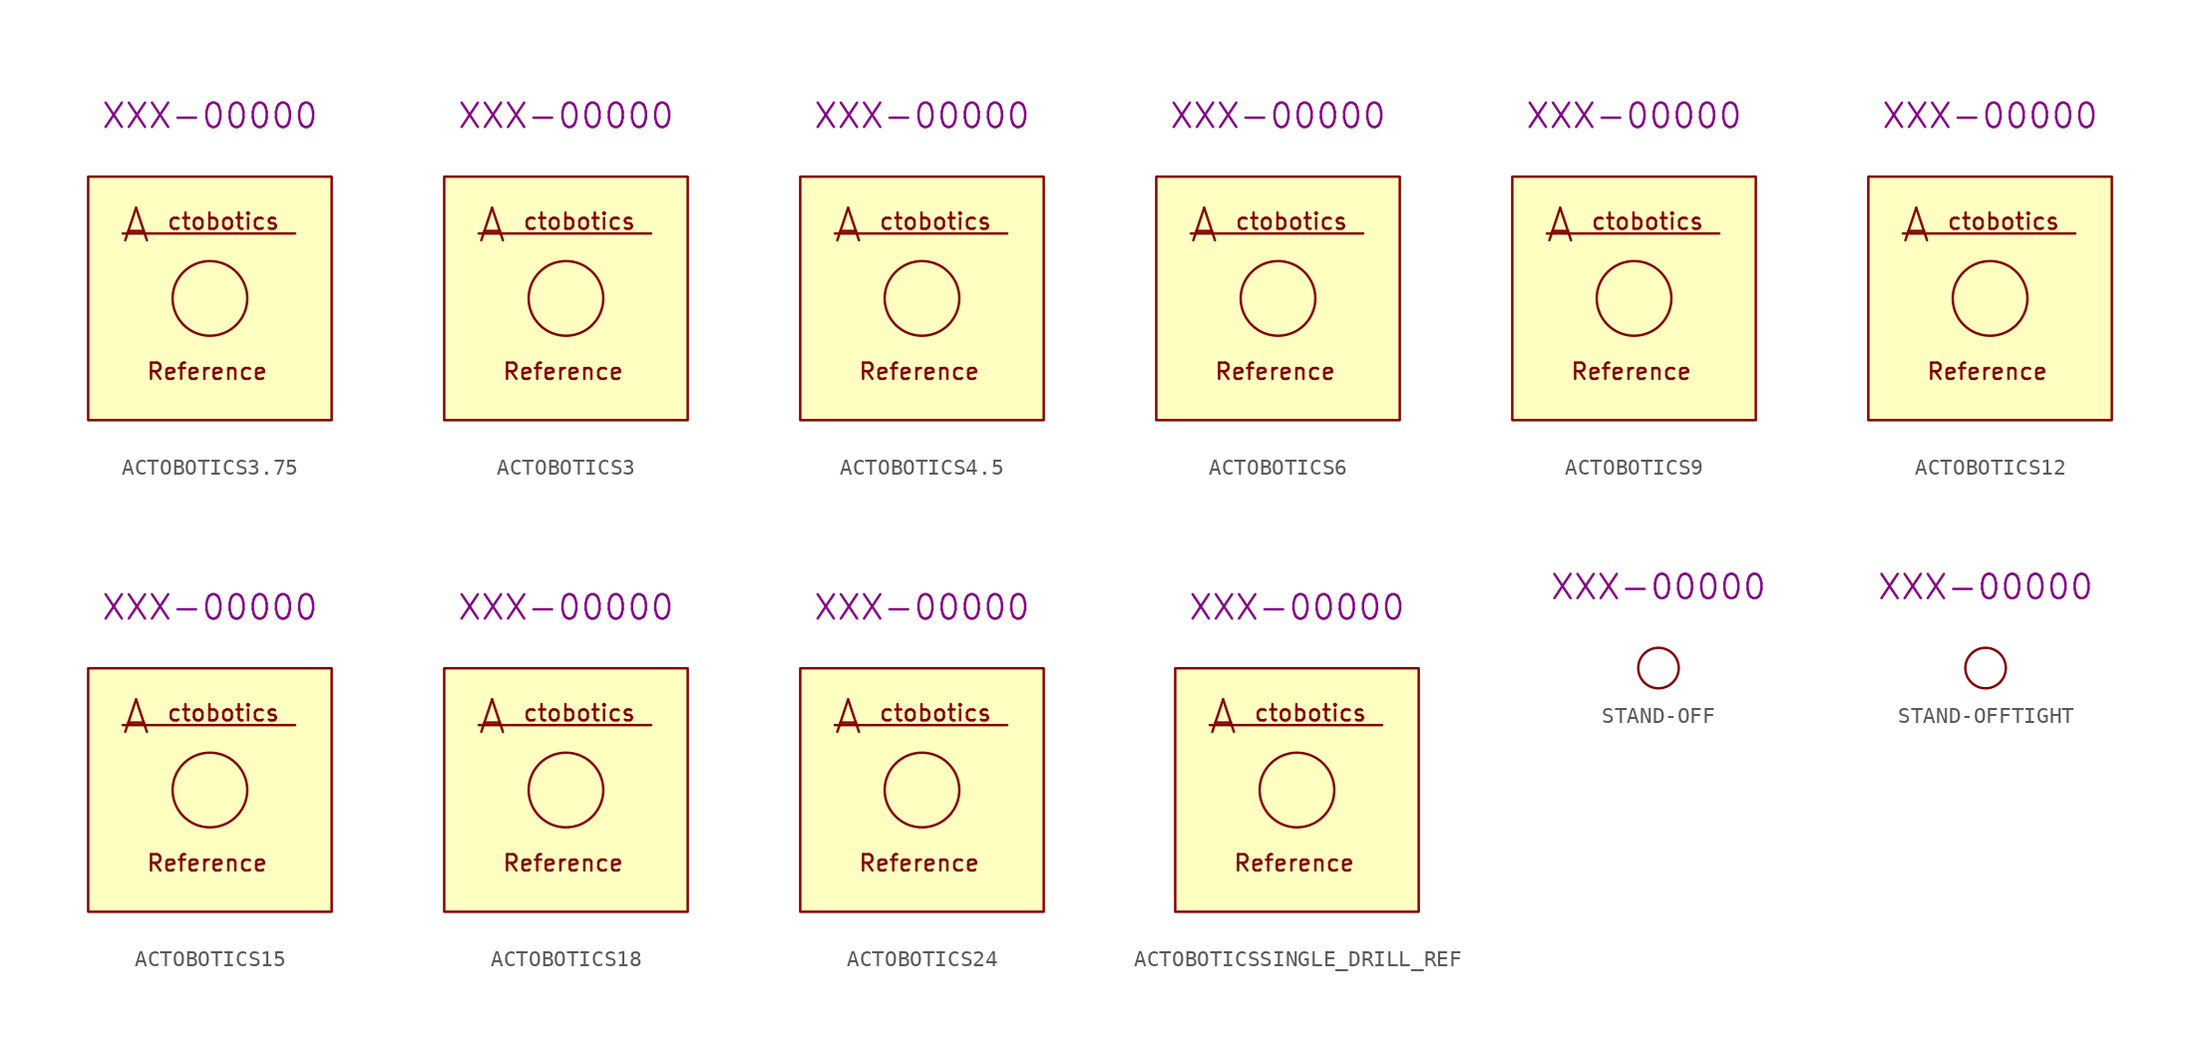
<source format=kicad_sym>
(kicad_symbol_lib
  (version 20220914)
  (generator kicad_symbol_editor)
  (symbol "ACTOBOTICS3.75"
    (pin_numbers hide)
    (pin_names
      (offset 1.016) hide)
    (property "Reference" "H"
      (at 0 8.89 0)
      (effects (font (size 1.143 1.143)) hide))
    (property "Field4" "XXX-00000"
      (at 0 11.43 0)
      (effects (font (size 1.524 1.524))))
    (property "ki_locked" ""
      (at 0 0 0)
      (effects (font (size 1.27 1.27))))
    (symbol "ACTOBOTICS3.75_1_0"
      (polyline (pts (xy -5.461 4.064) (xy 5.334 4.064)) (stroke (width 0) (type solid)) (fill (type none)))
      (text "A" (at -4.623 4.572 0) (effects (font (size 2.032 2.032))))
      (text "ctobotics" (at 0.838 4.826 0) (effects (font (size 1.016 1.016))))
      (text "Reference" (at -0.178 -4.572 0) (effects (font (size 1.016 1.016)))))
    (symbol "ACTOBOTICS3.75_1_1"
      (polyline (pts (xy -7.62 -7.62) (xy 7.62 -7.62) (xy 7.62 7.62) (xy -7.62 7.62) (xy -7.62 -7.62)) (stroke (width 0) (type solid)) (fill (type background)))
      (circle (center 0 0) (radius 2.337) (stroke (width 0) (type solid)) (fill (type none)))))
  (symbol "ACTOBOTICS3"
    (pin_numbers hide)
    (pin_names
      (offset 1.016) hide)
    (property "Reference" "H"
      (at 0 8.89 0)
      (effects (font (size 1.143 1.143)) hide))
    (property "Field4" "XXX-00000"
      (at 0 11.43 0)
      (effects (font (size 1.524 1.524))))
    (property "ki_locked" ""
      (at 0 0 0)
      (effects (font (size 1.27 1.27))))
    (symbol "ACTOBOTICS3_1_0"
      (polyline (pts (xy -5.461 4.064) (xy 5.334 4.064)) (stroke (width 0) (type solid)) (fill (type none)))
      (text "A" (at -4.623 4.572 0) (effects (font (size 2.032 2.032))))
      (text "ctobotics" (at 0.838 4.826 0) (effects (font (size 1.016 1.016))))
      (text "Reference" (at -0.178 -4.572 0) (effects (font (size 1.016 1.016)))))
    (symbol "ACTOBOTICS3_1_1"
      (polyline (pts (xy -7.62 -7.62) (xy 7.62 -7.62) (xy 7.62 7.62) (xy -7.62 7.62) (xy -7.62 -7.62)) (stroke (width 0) (type solid)) (fill (type background)))
      (circle (center 0 0) (radius 2.337) (stroke (width 0) (type solid)) (fill (type none)))))
  (symbol "ACTOBOTICS4.5"
    (pin_numbers hide)
    (pin_names
      (offset 1.016) hide)
    (property "Reference" "H"
      (at 0 8.89 0)
      (effects (font (size 1.143 1.143)) hide))
    (property "Field4" "XXX-00000"
      (at 0 11.43 0)
      (effects (font (size 1.524 1.524))))
    (property "ki_locked" ""
      (at 0 0 0)
      (effects (font (size 1.27 1.27))))
    (symbol "ACTOBOTICS4.5_1_0"
      (polyline (pts (xy -5.461 4.064) (xy 5.334 4.064)) (stroke (width 0) (type solid)) (fill (type none)))
      (text "A" (at -4.623 4.572 0) (effects (font (size 2.032 2.032))))
      (text "ctobotics" (at 0.838 4.826 0) (effects (font (size 1.016 1.016))))
      (text "Reference" (at -0.178 -4.572 0) (effects (font (size 1.016 1.016)))))
    (symbol "ACTOBOTICS4.5_1_1"
      (polyline (pts (xy -7.62 -7.62) (xy 7.62 -7.62) (xy 7.62 7.62) (xy -7.62 7.62) (xy -7.62 -7.62)) (stroke (width 0) (type solid)) (fill (type background)))
      (circle (center 0 0) (radius 2.337) (stroke (width 0) (type solid)) (fill (type none)))))
  (symbol "ACTOBOTICS6"
    (pin_numbers hide)
    (pin_names
      (offset 1.016) hide)
    (property "Reference" "H"
      (at 0 8.89 0)
      (effects (font (size 1.143 1.143)) hide))
    (property "Field4" "XXX-00000"
      (at 0 11.43 0)
      (effects (font (size 1.524 1.524))))
    (property "ki_locked" ""
      (at 0 0 0)
      (effects (font (size 1.27 1.27))))
    (symbol "ACTOBOTICS6_1_0"
      (polyline (pts (xy -5.461 4.064) (xy 5.334 4.064)) (stroke (width 0) (type solid)) (fill (type none)))
      (text "A" (at -4.623 4.572 0) (effects (font (size 2.032 2.032))))
      (text "ctobotics" (at 0.838 4.826 0) (effects (font (size 1.016 1.016))))
      (text "Reference" (at -0.178 -4.572 0) (effects (font (size 1.016 1.016)))))
    (symbol "ACTOBOTICS6_1_1"
      (polyline (pts (xy -7.62 -7.62) (xy 7.62 -7.62) (xy 7.62 7.62) (xy -7.62 7.62) (xy -7.62 -7.62)) (stroke (width 0) (type solid)) (fill (type background)))
      (circle (center 0 0) (radius 2.337) (stroke (width 0) (type solid)) (fill (type none)))))
  (symbol "ACTOBOTICS9"
    (pin_numbers hide)
    (pin_names
      (offset 1.016) hide)
    (property "Reference" "H"
      (at 0 8.89 0)
      (effects (font (size 1.143 1.143)) hide))
    (property "Field4" "XXX-00000"
      (at 0 11.43 0)
      (effects (font (size 1.524 1.524))))
    (property "ki_locked" ""
      (at 0 0 0)
      (effects (font (size 1.27 1.27))))
    (symbol "ACTOBOTICS9_1_0"
      (polyline (pts (xy -5.461 4.064) (xy 5.334 4.064)) (stroke (width 0) (type solid)) (fill (type none)))
      (text "A" (at -4.623 4.572 0) (effects (font (size 2.032 2.032))))
      (text "ctobotics" (at 0.838 4.826 0) (effects (font (size 1.016 1.016))))
      (text "Reference" (at -0.178 -4.572 0) (effects (font (size 1.016 1.016)))))
    (symbol "ACTOBOTICS9_1_1"
      (polyline (pts (xy -7.62 -7.62) (xy 7.62 -7.62) (xy 7.62 7.62) (xy -7.62 7.62) (xy -7.62 -7.62)) (stroke (width 0) (type solid)) (fill (type background)))
      (circle (center 0 0) (radius 2.337) (stroke (width 0) (type solid)) (fill (type none)))))
  (symbol "ACTOBOTICS12"
    (pin_numbers hide)
    (pin_names
      (offset 1.016) hide)
    (property "Reference" "H"
      (at 0 8.89 0)
      (effects (font (size 1.143 1.143)) hide))
    (property "Field4" "XXX-00000"
      (at 0 11.43 0)
      (effects (font (size 1.524 1.524))))
    (property "ki_locked" ""
      (at 0 0 0)
      (effects (font (size 1.27 1.27))))
    (symbol "ACTOBOTICS12_1_0"
      (polyline (pts (xy -5.461 4.064) (xy 5.334 4.064)) (stroke (width 0) (type solid)) (fill (type none)))
      (text "A" (at -4.623 4.572 0) (effects (font (size 2.032 2.032))))
      (text "ctobotics" (at 0.838 4.826 0) (effects (font (size 1.016 1.016))))
      (text "Reference" (at -0.178 -4.572 0) (effects (font (size 1.016 1.016)))))
    (symbol "ACTOBOTICS12_1_1"
      (polyline (pts (xy -7.62 -7.62) (xy 7.62 -7.62) (xy 7.62 7.62) (xy -7.62 7.62) (xy -7.62 -7.62)) (stroke (width 0) (type solid)) (fill (type background)))
      (circle (center 0 0) (radius 2.337) (stroke (width 0) (type solid)) (fill (type none)))))
  (symbol "ACTOBOTICS15"
    (pin_numbers hide)
    (pin_names
      (offset 1.016) hide)
    (property "Reference" "H"
      (at 0 8.89 0)
      (effects (font (size 1.143 1.143)) hide))
    (property "Field4" "XXX-00000"
      (at 0 11.43 0)
      (effects (font (size 1.524 1.524))))
    (property "ki_locked" ""
      (at 0 0 0)
      (effects (font (size 1.27 1.27))))
    (symbol "ACTOBOTICS15_1_0"
      (polyline (pts (xy -5.461 4.064) (xy 5.334 4.064)) (stroke (width 0) (type solid)) (fill (type none)))
      (text "A" (at -4.623 4.572 0) (effects (font (size 2.032 2.032))))
      (text "ctobotics" (at 0.838 4.826 0) (effects (font (size 1.016 1.016))))
      (text "Reference" (at -0.178 -4.572 0) (effects (font (size 1.016 1.016)))))
    (symbol "ACTOBOTICS15_1_1"
      (polyline (pts (xy -7.62 -7.62) (xy 7.62 -7.62) (xy 7.62 7.62) (xy -7.62 7.62) (xy -7.62 -7.62)) (stroke (width 0) (type solid)) (fill (type background)))
      (circle (center 0 0) (radius 2.337) (stroke (width 0) (type solid)) (fill (type none)))))
  (symbol "ACTOBOTICS18"
    (pin_numbers hide)
    (pin_names
      (offset 1.016) hide)
    (property "Reference" "H"
      (at 0 8.89 0)
      (effects (font (size 1.143 1.143)) hide))
    (property "Field4" "XXX-00000"
      (at 0 11.43 0)
      (effects (font (size 1.524 1.524))))
    (property "ki_locked" ""
      (at 0 0 0)
      (effects (font (size 1.27 1.27))))
    (symbol "ACTOBOTICS18_1_0"
      (polyline (pts (xy -5.461 4.064) (xy 5.334 4.064)) (stroke (width 0) (type solid)) (fill (type none)))
      (text "A" (at -4.623 4.572 0) (effects (font (size 2.032 2.032))))
      (text "ctobotics" (at 0.838 4.826 0) (effects (font (size 1.016 1.016))))
      (text "Reference" (at -0.178 -4.572 0) (effects (font (size 1.016 1.016)))))
    (symbol "ACTOBOTICS18_1_1"
      (polyline (pts (xy -7.62 -7.62) (xy 7.62 -7.62) (xy 7.62 7.62) (xy -7.62 7.62) (xy -7.62 -7.62)) (stroke (width 0) (type solid)) (fill (type background)))
      (circle (center 0 0) (radius 2.337) (stroke (width 0) (type solid)) (fill (type none)))))
  (symbol "ACTOBOTICS24"
    (pin_numbers hide)
    (pin_names
      (offset 1.016) hide)
    (property "Reference" "H"
      (at 0 8.89 0)
      (effects (font (size 1.143 1.143)) hide))
    (property "Field4" "XXX-00000"
      (at 0 11.43 0)
      (effects (font (size 1.524 1.524))))
    (property "ki_locked" ""
      (at 0 0 0)
      (effects (font (size 1.27 1.27))))
    (symbol "ACTOBOTICS24_1_0"
      (polyline (pts (xy -5.461 4.064) (xy 5.334 4.064)) (stroke (width 0) (type solid)) (fill (type none)))
      (text "A" (at -4.623 4.572 0) (effects (font (size 2.032 2.032))))
      (text "ctobotics" (at 0.838 4.826 0) (effects (font (size 1.016 1.016))))
      (text "Reference" (at -0.178 -4.572 0) (effects (font (size 1.016 1.016)))))
    (symbol "ACTOBOTICS24_1_1"
      (polyline (pts (xy -7.62 -7.62) (xy 7.62 -7.62) (xy 7.62 7.62) (xy -7.62 7.62) (xy -7.62 -7.62)) (stroke (width 0) (type solid)) (fill (type background)))
      (circle (center 0 0) (radius 2.337) (stroke (width 0) (type solid)) (fill (type none)))))
  (symbol "ACTOBOTICSSINGLE_DRILL_REF"
    (pin_numbers hide)
    (pin_names
      (offset 1.016) hide)
    (property "Reference" "H"
      (at 0 8.89 0)
      (effects (font (size 1.143 1.143)) hide))
    (property "Field4" "XXX-00000"
      (at 0 11.43 0)
      (effects (font (size 1.524 1.524))))
    (property "ki_locked" ""
      (at 0 0 0)
      (effects (font (size 1.27 1.27))))
    (symbol "ACTOBOTICSSINGLE_DRILL_REF_1_0"
      (polyline (pts (xy -5.461 4.064) (xy 5.334 4.064)) (stroke (width 0) (type solid)) (fill (type none)))
      (text "A" (at -4.623 4.572 0) (effects (font (size 2.032 2.032))))
      (text "ctobotics" (at 0.838 4.826 0) (effects (font (size 1.016 1.016))))
      (text "Reference" (at -0.178 -4.572 0) (effects (font (size 1.016 1.016)))))
    (symbol "ACTOBOTICSSINGLE_DRILL_REF_1_1"
      (polyline (pts (xy -7.62 -7.62) (xy 7.62 -7.62) (xy 7.62 7.62) (xy -7.62 7.62) (xy -7.62 -7.62)) (stroke (width 0) (type solid)) (fill (type background)))
      (circle (center 0 0) (radius 2.337) (stroke (width 0) (type solid)) (fill (type none)))))
  (symbol "STAND-OFF"
    (pin_numbers hide)
    (pin_names
      (offset 1.016) hide)
    (property "Reference" "H"
      (at 0 2.54 0)
      (effects (font (size 1.143 1.143)) hide))
    (property "Field4" "XXX-00000"
      (at 0 5.08 0)
      (effects (font (size 1.524 1.524))))
    (property "ki_locked" ""
      (at 0 0 0)
      (effects (font (size 1.27 1.27))))
    (symbol "STAND-OFF_1_1"
      (circle (center 0 0) (radius 1.27) (stroke (width 0) (type solid)) (fill (type none)))))
  (symbol "STAND-OFFTIGHT"
    (pin_numbers hide)
    (pin_names
      (offset 1.016) hide)
    (property "Reference" "H"
      (at 0 2.54 0)
      (effects (font (size 1.143 1.143)) hide))
    (property "Field4" "XXX-00000"
      (at 0 5.08 0)
      (effects (font (size 1.524 1.524))))
    (property "ki_locked" ""
      (at 0 0 0)
      (effects (font (size 1.27 1.27))))
    (symbol "STAND-OFFTIGHT_1_1"
      (circle (center 0 0) (radius 1.27) (stroke (width 0) (type solid)) (fill (type none))))))
</source>
